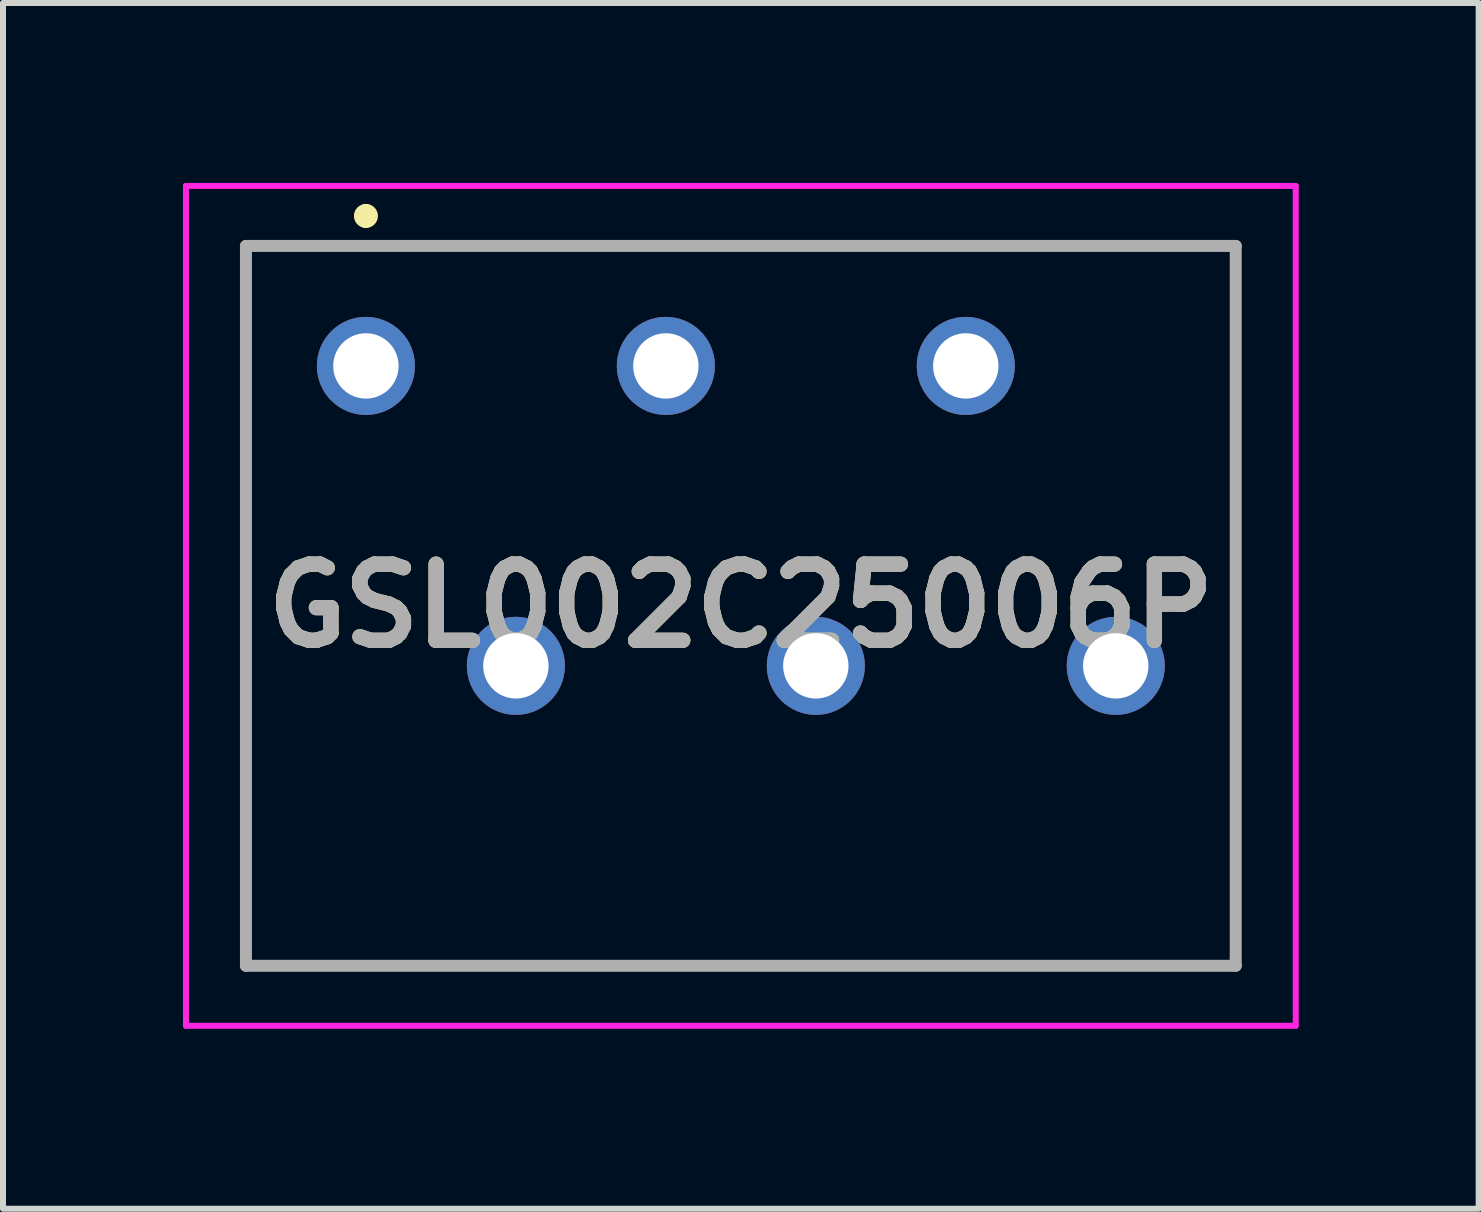
<source format=kicad_pcb>
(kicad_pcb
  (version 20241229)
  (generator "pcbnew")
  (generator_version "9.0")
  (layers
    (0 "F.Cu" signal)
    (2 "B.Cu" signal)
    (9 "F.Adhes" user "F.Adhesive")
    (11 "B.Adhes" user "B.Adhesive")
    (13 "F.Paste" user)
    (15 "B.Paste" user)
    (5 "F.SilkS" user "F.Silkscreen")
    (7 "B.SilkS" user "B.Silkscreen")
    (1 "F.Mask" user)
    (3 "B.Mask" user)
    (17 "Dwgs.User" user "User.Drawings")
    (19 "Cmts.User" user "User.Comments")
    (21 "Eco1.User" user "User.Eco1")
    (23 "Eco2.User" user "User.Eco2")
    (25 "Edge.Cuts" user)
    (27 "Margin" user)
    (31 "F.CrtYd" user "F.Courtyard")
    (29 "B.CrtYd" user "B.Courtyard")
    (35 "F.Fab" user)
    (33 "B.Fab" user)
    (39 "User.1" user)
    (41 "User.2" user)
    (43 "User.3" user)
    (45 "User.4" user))
  (footprint "GSL002C25006P"
    (layer "F.Cu")
    (at 3.05 3.05)
    (property "Reference" "GSL002C25006P" (at 6.25 4 0) (layer "F.SilkS") (effects (font (size 1.27 1.27) (thickness 0.254))))
    (attr through_hole)
    (fp_line (start -2 -2) (end 14.5 -2) (stroke (width 0.1) (type solid)) (layer "F.SilkS"))
    (fp_line (start -2 10) (end -2 -2) (stroke (width 0.1) (type solid)) (layer "F.SilkS"))
    (fp_line (start 0 -2.6) (end 0 -2.6) (stroke (width 0.2) (type solid)) (layer "F.SilkS"))
    (fp_line (start 0 -2.4) (end 0 -2.4) (stroke (width 0.2) (type solid)) (layer "F.SilkS"))
    (fp_line (start 14.5 -2) (end 14.5 10) (stroke (width 0.1) (type solid)) (layer "F.SilkS"))
    (fp_line (start 14.5 10) (end -2 10) (stroke (width 0.1) (type solid)) (layer "F.SilkS"))
    (fp_arc (start 0 -2.6) (mid 0.1 -2.5) (end 0 -2.4) (stroke (width 0.2) (type solid)) (layer "F.SilkS"))
    (fp_arc (start 0 -2.4) (mid -0.1 -2.5) (end 0 -2.6) (stroke (width 0.2) (type solid)) (layer "F.SilkS"))
    (fp_line (start -3 -3) (end 15.5 -3) (stroke (width 0.1) (type solid)) (layer "F.CrtYd"))
    (fp_line (start -3 11) (end -3 -3) (stroke (width 0.1) (type solid)) (layer "F.CrtYd"))
    (fp_line (start 15.5 -3) (end 15.5 11) (stroke (width 0.1) (type solid)) (layer "F.CrtYd"))
    (fp_line (start 15.5 11) (end -3 11) (stroke (width 0.1) (type solid)) (layer "F.CrtYd"))
    (fp_line (start -2 -2) (end 14.5 -2) (stroke (width 0.2) (type solid)) (layer "F.Fab"))
    (fp_line (start -2 10) (end -2 -2) (stroke (width 0.2) (type solid)) (layer "F.Fab"))
    (fp_line (start 14.5 -2) (end 14.5 10) (stroke (width 0.2) (type solid)) (layer "F.Fab"))
    (fp_line (start 14.5 10) (end -2 10) (stroke (width 0.2) (type solid)) (layer "F.Fab"))
    (fp_text user "${REFERENCE}" (at 6.25 4 0) (layer "F.Fab") (effects (font (size 1.27 1.27) (thickness 0.254))))
    (pad "1" thru_hole circle (at 0 0) (size 1.635 1.635) (drill 1.09) (layers "*.Cu" "*.Mask"))
    (pad "2" thru_hole circle (at 2.5 5) (size 1.635 1.635) (drill 1.09) (layers "*.Cu" "*.Mask"))
    (pad "3" thru_hole circle (at 5 0) (size 1.635 1.635) (drill 1.09) (layers "*.Cu" "*.Mask"))
    (pad "4" thru_hole circle (at 7.5 5) (size 1.635 1.635) (drill 1.09) (layers "*.Cu" "*.Mask"))
    (pad "5" thru_hole circle (at 10 0) (size 1.635 1.635) (drill 1.09) (layers "*.Cu" "*.Mask"))
    (pad "6" thru_hole circle (at 12.5 5) (size 1.635 1.635) (drill 1.09) (layers "*.Cu" "*.Mask")))
  (gr_rect
    (start -3 -3)
    (end 21.6 17.1)
    (stroke (width 0.1) (type default))
    (fill no)
    (layer "Edge.Cuts")))
</source>
